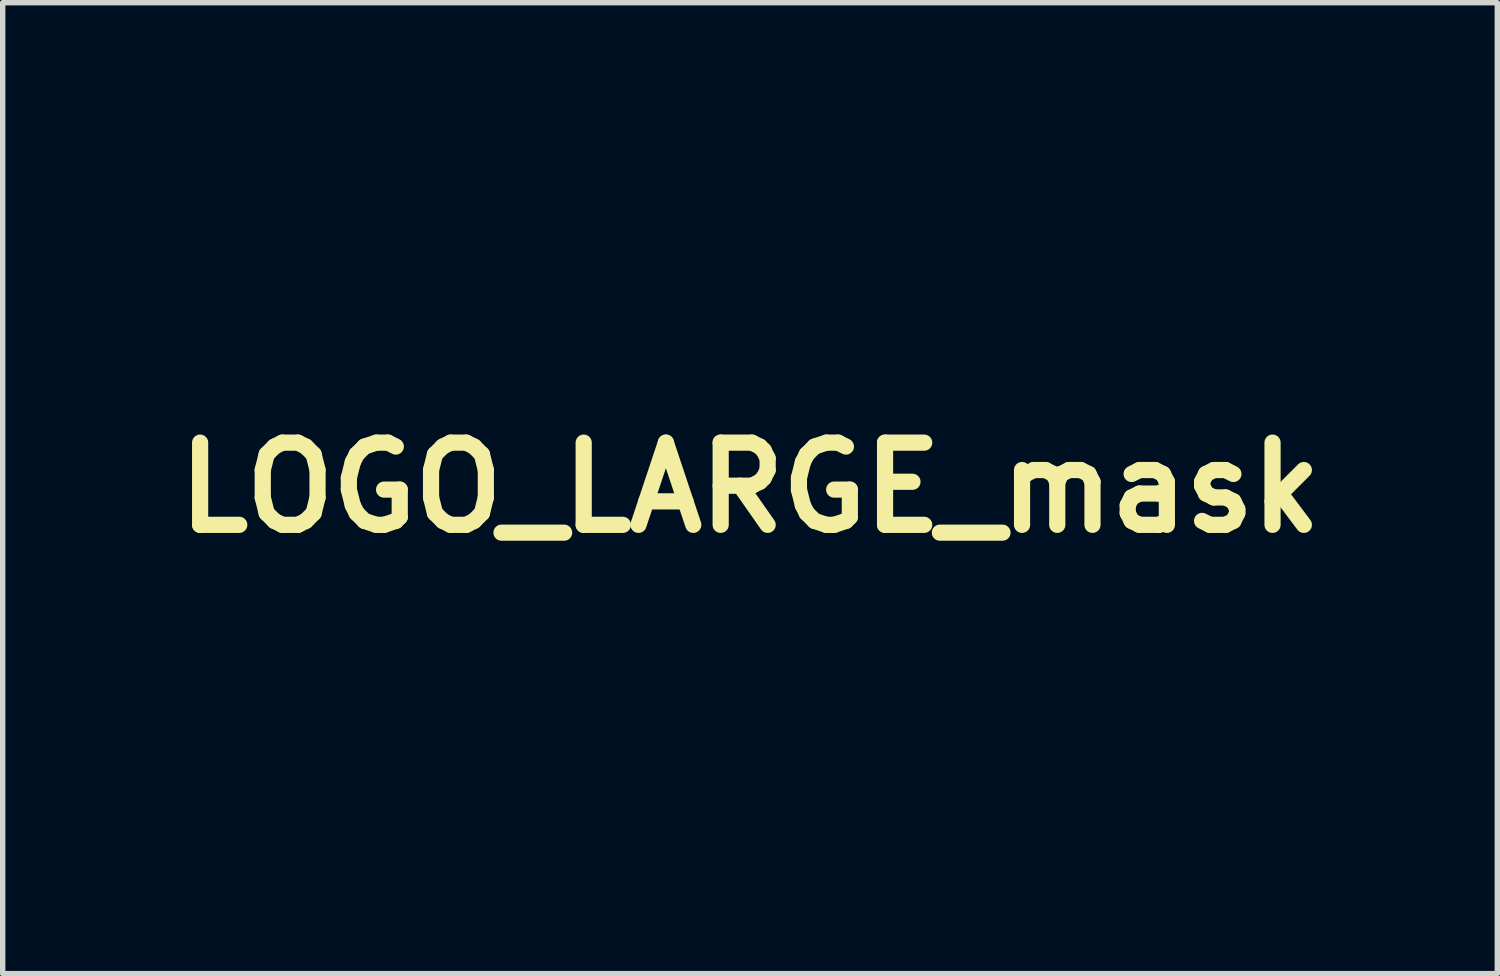
<source format=kicad_pcb>
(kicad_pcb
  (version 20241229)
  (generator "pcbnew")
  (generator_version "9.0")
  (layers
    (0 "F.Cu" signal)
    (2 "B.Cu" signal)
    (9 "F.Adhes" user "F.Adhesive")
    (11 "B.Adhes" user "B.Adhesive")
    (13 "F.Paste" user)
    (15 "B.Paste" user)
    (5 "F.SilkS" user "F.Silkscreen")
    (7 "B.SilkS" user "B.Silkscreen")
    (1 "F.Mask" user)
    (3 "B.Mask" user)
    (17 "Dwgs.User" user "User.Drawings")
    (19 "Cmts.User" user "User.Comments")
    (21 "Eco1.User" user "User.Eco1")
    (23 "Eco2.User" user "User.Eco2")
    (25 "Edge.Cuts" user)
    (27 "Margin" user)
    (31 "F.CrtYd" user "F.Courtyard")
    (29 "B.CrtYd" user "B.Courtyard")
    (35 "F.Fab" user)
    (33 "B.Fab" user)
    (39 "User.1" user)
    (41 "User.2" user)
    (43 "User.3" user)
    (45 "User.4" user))
  (footprint "LOGO_LARGE_mask"
    (layer "F.Cu")
    (at 10.857 5.992)
    (property "Reference" "LOGO_LARGE_mask" (at 0 0 0) (layer "F.SilkS") (effects (font (size 1.524 1.524) (thickness 0.3))))
    (attr through_hole)
    (fp_poly (pts (xy 6.064 -5.987) (xy 6.084 -5.985) (xy 6.101 -5.982) (xy 6.116 -5.977) (xy 6.129 -5.972) (xy 6.141 -5.966) (xy 6.154 -5.959) (xy 6.155 -5.958) (xy 6.216 -5.917) (xy 6.263 -5.863) (xy 6.295 -5.803) (xy 6.308 -5.741) (xy 6.303 -5.692) (xy 6.295 -5.662) (xy 6.28 -5.61) (xy 6.26 -5.539) (xy 6.235 -5.449) (xy 6.206 -5.344) (xy 6.173 -5.227) (xy 6.137 -5.098) (xy 6.099 -4.961) (xy 6.059 -4.817) (xy 6.018 -4.67) (xy 5.977 -4.52) (xy 5.936 -4.372) (xy 5.895 -4.226) (xy 5.856 -4.085) (xy 5.819 -3.951) (xy 5.785 -3.828) (xy 5.754 -3.716) (xy 5.729 -3.626) (xy 5.703 -3.53) (xy 5.671 -3.415) (xy 5.635 -3.283) (xy 5.594 -3.134) (xy 5.549 -2.971) (xy 5.501 -2.796) (xy 5.45 -2.61) (xy 5.396 -2.416) (xy 5.34 -2.214) (xy 5.283 -2.007) (xy 5.225 -1.796) (xy 5.166 -1.583) (xy 5.108 -1.37) (xy 5.049 -1.159) (xy 4.992 -0.951) (xy 4.936 -0.748) (xy 4.882 -0.552) (xy 4.83 -0.365) (xy 4.781 -0.188) (xy 4.736 -0.023) (xy 4.694 0.128) (xy 4.657 0.264) (xy 4.624 0.382) (xy 4.597 0.48) (xy 4.575 0.558) (xy 4.56 0.614) (xy 4.559 0.616) (xy 4.543 0.676) (xy 4.521 0.755) (xy 4.495 0.849) (xy 4.467 0.951) (xy 4.438 1.056) (xy 4.409 1.16) (xy 4.408 1.162) (xy 4.379 1.27) (xy 4.344 1.396) (xy 4.306 1.532) (xy 4.268 1.672) (xy 4.23 1.81) (xy 4.195 1.937) (xy 4.186 1.968) (xy 4.158 2.072) (xy 4.131 2.169) (xy 4.108 2.257) (xy 4.087 2.333) (xy 4.072 2.394) (xy 4.061 2.436) (xy 4.057 2.455) (xy 4.036 2.505) (xy 3.994 2.55) (xy 3.935 2.587) (xy 3.865 2.614) (xy 3.787 2.628) (xy 3.754 2.629) (xy 3.743 2.629) (xy 3.733 2.629) (xy 3.722 2.628) (xy 3.708 2.625) (xy 3.691 2.621) (xy 3.67 2.615) (xy 3.642 2.606) (xy 3.607 2.594) (xy 3.564 2.578) (xy 3.51 2.558) (xy 3.446 2.533) (xy 3.37 2.504) (xy 3.279 2.468) (xy 3.174 2.427) (xy 3.053 2.379) (xy 2.915 2.324) (xy 2.758 2.262) (xy 2.581 2.192) (xy 2.382 2.113) (xy 2.18 2.032) (xy 2.065 1.987) (xy 1.958 1.945) (xy 1.86 1.906) (xy 1.773 1.873) (xy 1.701 1.846) (xy 1.645 1.825) (xy 1.608 1.812) (xy 1.592 1.808) (xy 1.591 1.808) (xy 1.592 1.822) (xy 1.599 1.856) (xy 1.611 1.908) (xy 1.627 1.972) (xy 1.647 2.046) (xy 1.65 2.06) (xy 1.734 2.37) (xy 1.813 2.665) (xy 1.892 2.957) (xy 1.916 3.048) (xy 1.94 3.136) (xy 1.968 3.243) (xy 2 3.361) (xy 2.033 3.485) (xy 2.066 3.608) (xy 2.098 3.724) (xy 2.101 3.738) (xy 2.131 3.85) (xy 2.155 3.941) (xy 2.174 4.014) (xy 2.187 4.072) (xy 2.197 4.119) (xy 2.204 4.158) (xy 2.207 4.193) (xy 2.209 4.226) (xy 2.21 4.261) (xy 2.21 4.268) (xy 2.209 4.323) (xy 2.205 4.367) (xy 2.2 4.394) (xy 2.197 4.401) (xy 2.186 4.418) (xy 2.184 4.433) (xy 2.174 4.458) (xy 2.162 4.467) (xy 2.137 4.48) (xy 2.106 4.501) (xy 2.101 4.504) (xy 2.067 4.524) (xy 2.036 4.534) (xy 2.033 4.534) (xy 2.025 4.535) (xy 2.009 4.537) (xy 1.985 4.541) (xy 1.95 4.547) (xy 1.905 4.554) (xy 1.848 4.565) (xy 1.779 4.577) (xy 1.696 4.592) (xy 1.599 4.609) (xy 1.486 4.63) (xy 1.357 4.653) (xy 1.211 4.68) (xy 1.048 4.71) (xy 0.865 4.744) (xy 0.662 4.781) (xy 0.439 4.822) (xy 0.194 4.867) (xy -0.073 4.916) (xy -0.364 4.97) (xy -0.591 5.011) (xy -0.737 5.039) (xy -0.873 5.064) (xy -0.999 5.087) (xy -1.118 5.109) (xy -1.231 5.129) (xy -1.34 5.15) (xy -1.447 5.169) (xy -1.555 5.189) (xy -1.665 5.209) (xy -1.779 5.23) (xy -1.898 5.252) (xy -2.026 5.276) (xy -2.163 5.301) (xy -2.312 5.329) (xy -2.474 5.358) (xy -2.652 5.391) (xy -2.847 5.427) (xy -3.062 5.467) (xy -3.297 5.51) (xy -3.55 5.557) (xy -3.84 5.61) (xy -4.107 5.659) (xy -4.351 5.704) (xy -4.572 5.745) (xy -4.773 5.782) (xy -4.955 5.815) (xy -5.117 5.845) (xy -5.262 5.872) (xy -5.39 5.895) (xy -5.503 5.916) (xy -5.601 5.934) (xy -5.686 5.949) (xy -5.758 5.962) (xy -5.819 5.973) (xy -5.869 5.982) (xy -5.91 5.989) (xy -5.943 5.995) (xy -5.969 5.999) (xy -5.988 6.002) (xy -6.002 6.004) (xy -6.013 6.006) (xy -6.02 6.006) (xy -6.025 6.006) (xy -6.029 6.006) (xy -6.032 6.006) (xy -6.065 6.002) (xy -6.106 5.992) (xy -6.117 5.989) (xy -6.193 5.954) (xy -6.249 5.905) (xy -6.274 5.867) (xy -6.282 5.852) (xy -6.289 5.837) (xy -6.295 5.823) (xy -6.299 5.807) (xy -6.302 5.788) (xy -6.302 5.765) (xy -6.3 5.736) (xy -6.295 5.699) (xy -6.286 5.655) (xy -6.275 5.6) (xy -6.259 5.533) (xy -6.24 5.454) (xy -6.216 5.361) (xy -6.215 5.356) (xy -5.466 5.356) (xy -5.463 5.359) (xy -5.448 5.357) (xy -5.41 5.35) (xy -5.351 5.34) (xy -5.272 5.325) (xy -5.176 5.307) (xy -5.064 5.286) (xy -4.937 5.263) (xy -4.798 5.237) (xy -4.649 5.208) (xy -4.491 5.179) (xy -4.333 5.149) (xy -4.155 5.115) (xy -3.975 5.081) (xy -3.796 5.047) (xy -3.62 5.014) (xy -3.45 4.982) (xy -3.29 4.952) (xy -3.142 4.924) (xy -3.008 4.898) (xy -2.893 4.877) (xy -2.798 4.859) (xy -2.762 4.852) (xy -2.395 4.783) (xy -2.052 4.718) (xy -1.732 4.657) (xy -1.435 4.601) (xy -1.16 4.549) (xy -0.906 4.501) (xy -0.673 4.457) (xy -0.459 4.416) (xy -0.265 4.379) (xy -0.088 4.345) (xy 0.071 4.315) (xy 0.213 4.288) (xy 0.339 4.264) (xy 0.451 4.242) (xy 0.547 4.223) (xy 0.63 4.207) (xy 0.7 4.193) (xy 0.758 4.182) (xy 0.804 4.172) (xy 0.84 4.165) (xy 0.866 4.159) (xy 0.882 4.155) (xy 0.891 4.153) (xy 0.892 4.152) (xy 0.879 4.147) (xy 0.844 4.133) (xy 0.788 4.11) (xy 0.712 4.081) (xy 0.617 4.044) (xy 0.506 4) (xy 0.379 3.95) (xy 0.237 3.895) (xy 0.081 3.834) (xy -0.086 3.769) (xy -0.264 3.7) (xy -0.451 3.628) (xy -0.646 3.552) (xy -0.848 3.473) (xy -0.895 3.455) (xy -1.099 3.376) (xy -1.297 3.299) (xy -1.487 3.225) (xy -1.669 3.154) (xy -1.84 3.087) (xy -2 3.024) (xy -2.148 2.966) (xy -2.281 2.914) (xy -2.398 2.867) (xy -2.499 2.827) (xy -2.582 2.794) (xy -2.645 2.768) (xy -2.688 2.75) (xy -2.708 2.741) (xy -2.71 2.74) (xy -2.746 2.715) (xy -2.849 2.816) (xy -2.867 2.833) (xy -2.902 2.867) (xy -2.952 2.915) (xy -3.016 2.978) (xy -3.094 3.053) (xy -3.183 3.14) (xy -3.283 3.236) (xy -3.392 3.342) (xy -3.509 3.455) (xy -3.632 3.574) (xy -3.761 3.698) (xy -3.893 3.826) (xy -4.029 3.957) (xy -4.165 4.089) (xy -4.301 4.221) (xy -4.436 4.351) (xy -4.569 4.48) (xy -4.698 4.604) (xy -4.821 4.723) (xy -4.938 4.836) (xy -5.047 4.942) (xy -5.147 5.038) (xy -5.237 5.125) (xy -5.314 5.2) (xy -5.379 5.263) (xy -5.43 5.311) (xy -5.435 5.317) (xy -5.458 5.341) (xy -5.466 5.356) (xy -6.215 5.356) (xy -6.187 5.252) (xy -6.167 5.173) (xy -5.537 5.173) (xy -5.529 5.168) (xy -5.504 5.148) (xy -5.467 5.114) (xy -5.42 5.071) (xy -5.366 5.019) (xy -5.35 5.004) (xy -5.317 4.972) (xy -5.267 4.925) (xy -5.201 4.862) (xy -5.121 4.785) (xy -5.028 4.696) (xy -4.923 4.596) (xy -4.808 4.486) (xy -4.684 4.367) (xy -4.553 4.241) (xy -4.415 4.109) (xy -4.272 3.972) (xy -4.125 3.832) (xy -3.999 3.711) (xy -3.812 3.532) (xy -3.644 3.37) (xy -3.493 3.225) (xy -3.359 3.096) (xy -3.242 2.982) (xy -3.141 2.884) (xy -3.055 2.8) (xy -2.985 2.731) (xy -2.93 2.675) (xy -2.889 2.633) (xy -2.863 2.604) (xy -2.849 2.587) (xy -2.847 2.582) (xy -2.854 2.566) (xy -2.866 2.528) (xy -2.881 2.474) (xy -2.9 2.407) (xy -2.92 2.33) (xy -2.929 2.296) (xy -2.932 2.282) (xy -2.285 2.282) (xy -1.724 2.501) (xy -1.603 2.549) (xy -1.463 2.603) (xy -1.308 2.664) (xy -1.144 2.728) (xy -0.974 2.794) (xy -0.804 2.861) (xy -0.637 2.926) (xy -0.479 2.988) (xy -0.413 3.014) (xy -0.258 3.074) (xy -0.092 3.139) (xy 0.081 3.207) (xy 0.255 3.275) (xy 0.427 3.342) (xy 0.592 3.407) (xy 0.744 3.466) (xy 0.879 3.52) (xy 0.927 3.538) (xy 1.043 3.584) (xy 1.152 3.627) (xy 1.252 3.665) (xy 1.34 3.699) (xy 1.415 3.728) (xy 1.472 3.75) (xy 1.512 3.765) (xy 1.53 3.771) (xy 1.531 3.771) (xy 1.532 3.76) (xy 1.526 3.727) (xy 1.514 3.675) (xy 1.497 3.608) (xy 1.477 3.529) (xy 1.453 3.44) (xy 1.447 3.419) (xy 1.367 3.132) (xy 1.294 2.87) (xy 1.227 2.631) (xy 1.167 2.415) (xy 1.114 2.224) (xy 1.067 2.055) (xy 1.026 1.91) (xy 0.992 1.787) (xy 0.964 1.687) (xy 0.942 1.608) (xy 0.925 1.552) (xy 0.915 1.518) (xy 0.911 1.505) (xy 0.911 1.505) (xy 0.899 1.5) (xy 0.865 1.486) (xy 0.812 1.465) (xy 0.741 1.437) (xy 0.653 1.402) (xy 0.552 1.362) (xy 0.439 1.318) (xy 0.315 1.269) (xy 0.184 1.217) (xy 0.108 1.188) (xy -0.028 1.134) (xy -0.158 1.083) (xy -0.28 1.035) (xy -0.391 0.991) (xy -0.489 0.952) (xy -0.573 0.918) (xy -0.641 0.891) (xy -0.69 0.871) (xy -0.718 0.86) (xy -0.724 0.857) (xy -0.731 0.854) (xy -0.738 0.854) (xy -0.748 0.856) (xy -0.761 0.863) (xy -0.779 0.875) (xy -0.804 0.895) (xy -0.835 0.922) (xy -0.876 0.958) (xy -0.927 1.004) (xy -0.989 1.062) (xy -1.064 1.132) (xy -1.154 1.216) (xy -1.259 1.314) (xy -1.38 1.429) (xy -1.41 1.457) (xy -1.522 1.562) (xy -1.631 1.665) (xy -1.735 1.763) (xy -1.832 1.855) (xy -1.922 1.94) (xy -2.001 2.014) (xy -2.068 2.078) (xy -2.122 2.128) (xy -2.16 2.164) (xy -2.174 2.178) (xy -2.285 2.282) (xy -2.932 2.282) (xy -2.948 2.222) (xy -2.972 2.128) (xy -3 2.018) (xy -3.031 1.897) (xy -3.063 1.771) (xy -3.096 1.643) (xy -3.127 1.518) (xy -3.131 1.505) (xy -3.164 1.375) (xy -3.2 1.235) (xy -3.236 1.093) (xy -3.272 0.953) (xy -3.306 0.821) (xy -3.336 0.702) (xy -3.36 0.61) (xy -3.383 0.519) (xy -3.411 0.409) (xy -3.443 0.283) (xy -3.478 0.145) (xy -3.515 0.001) (xy -3.553 -0.146) (xy -3.59 -0.291) (xy -3.621 -0.413) (xy -3.653 -0.538) (xy -3.683 -0.658) (xy -3.712 -0.769) (xy -3.737 -0.869) (xy -3.759 -0.955) (xy -3.777 -1.024) (xy -3.79 -1.076) (xy -3.798 -1.106) (xy -3.799 -1.111) (xy -3.806 -1.134) (xy -3.813 -1.145) (xy -3.82 -1.142) (xy -3.829 -1.122) (xy -3.842 -1.083) (xy -3.859 -1.023) (xy -3.871 -0.978) (xy -3.888 -0.915) (xy -3.911 -0.83) (xy -3.938 -0.728) (xy -3.97 -0.611) (xy -4.004 -0.483) (xy -4.041 -0.347) (xy -4.08 -0.206) (xy -4.118 -0.064) (xy -4.156 0.077) (xy -4.193 0.213) (xy -4.227 0.34) (xy -4.259 0.455) (xy -4.286 0.555) (xy -4.308 0.637) (xy -4.318 0.673) (xy -4.335 0.736) (xy -4.359 0.823) (xy -4.388 0.93) (xy -4.423 1.058) (xy -4.462 1.203) (xy -4.506 1.365) (xy -4.554 1.543) (xy -4.606 1.733) (xy -4.661 1.936) (xy -4.719 2.148) (xy -4.779 2.37) (xy -4.841 2.598) (xy -4.905 2.832) (xy -4.969 3.07) (xy -5.034 3.311) (xy -5.099 3.55) (xy -5.139 3.697) (xy -5.181 3.852) (xy -5.225 4.011) (xy -5.267 4.169) (xy -5.309 4.322) (xy -5.347 4.464) (xy -5.382 4.59) (xy -5.411 4.698) (xy -5.411 4.699) (xy -5.44 4.803) (xy -5.466 4.9) (xy -5.489 4.986) (xy -5.508 5.059) (xy -5.523 5.117) (xy -5.533 5.155) (xy -5.537 5.172) (xy -5.537 5.173) (xy -6.167 5.173) (xy -6.154 5.125) (xy -6.115 4.98) (xy -6.071 4.816) (xy -6.021 4.63) (xy -5.964 4.421) (xy -5.95 4.368) (xy -5.899 4.178) (xy -5.848 3.989) (xy -5.798 3.802) (xy -5.749 3.621) (xy -5.702 3.446) (xy -5.657 3.281) (xy -5.616 3.128) (xy -5.578 2.988) (xy -5.545 2.864) (xy -5.516 2.759) (xy -5.493 2.674) (xy -5.48 2.623) (xy -5.455 2.532) (xy -5.425 2.421) (xy -5.391 2.294) (xy -5.354 2.155) (xy -5.314 2.008) (xy -5.273 1.857) (xy -5.232 1.706) (xy -5.193 1.559) (xy -5.183 1.524) (xy -5.125 1.308) (xy -5.066 1.087) (xy -5.005 0.861) (xy -4.943 0.633) (xy -4.881 0.403) (xy -4.819 0.174) (xy -4.758 -0.052) (xy -4.698 -0.275) (xy -4.639 -0.493) (xy -4.583 -0.703) (xy -4.528 -0.905) (xy -4.476 -1.097) (xy -4.428 -1.277) (xy -4.383 -1.444) (xy -4.342 -1.595) (xy -4.306 -1.73) (xy -4.28 -1.825) (xy -3.404 -1.825) (xy -3.401 -1.812) (xy -3.392 -1.776) (xy -3.377 -1.718) (xy -3.358 -1.642) (xy -3.334 -1.548) (xy -3.306 -1.439) (xy -3.275 -1.315) (xy -3.24 -1.18) (xy -3.203 -1.034) (xy -3.164 -0.88) (xy -3.122 -0.719) (xy -3.08 -0.553) (xy -3.037 -0.384) (xy -2.993 -0.213) (xy -2.949 -0.043) (xy -2.906 0.125) (xy -2.864 0.288) (xy -2.824 0.447) (xy -2.785 0.597) (xy -2.749 0.738) (xy -2.715 0.868) (xy -2.685 0.985) (xy -2.658 1.087) (xy -2.636 1.173) (xy -2.622 1.226) (xy -2.612 1.267) (xy -2.596 1.329) (xy -2.576 1.408) (xy -2.553 1.498) (xy -2.528 1.595) (xy -2.502 1.696) (xy -2.496 1.721) (xy -2.471 1.817) (xy -2.448 1.908) (xy -2.427 1.988) (xy -2.409 2.056) (xy -2.396 2.107) (xy -2.387 2.138) (xy -2.386 2.144) (xy -2.372 2.186) (xy -2.339 2.157) (xy -2.325 2.143) (xy -2.294 2.114) (xy -2.247 2.07) (xy -2.186 2.013) (xy -2.113 1.945) (xy -2.029 1.866) (xy -1.936 1.778) (xy -1.835 1.684) (xy -1.728 1.583) (xy -1.626 1.487) (xy -1.514 1.382) (xy -1.407 1.281) (xy -1.305 1.185) (xy -1.212 1.097) (xy -1.127 1.017) (xy -1.053 0.947) (xy -0.991 0.889) (xy -0.943 0.844) (xy -0.911 0.813) (xy -0.897 0.8) (xy -0.869 0.771) (xy -0.856 0.752) (xy -0.857 0.734) (xy -0.864 0.716) (xy -0.87 0.698) (xy -0.882 0.657) (xy -0.9 0.596) (xy -0.923 0.517) (xy -0.945 0.442) (xy -0.28 0.442) (xy -0.28 0.442) (xy -0.265 0.448) (xy -0.229 0.462) (xy -0.174 0.483) (xy -0.104 0.51) (xy -0.02 0.543) (xy 0.075 0.58) (xy 0.179 0.62) (xy 0.233 0.641) (xy 0.339 0.683) (xy 0.438 0.721) (xy 0.526 0.755) (xy 0.602 0.783) (xy 0.663 0.806) (xy 0.707 0.822) (xy 0.731 0.831) (xy 0.734 0.832) (xy 0.732 0.819) (xy 0.724 0.786) (xy 0.71 0.736) (xy 0.693 0.674) (xy 0.675 0.614) (xy 0.653 0.539) (xy 0.626 0.446) (xy 0.596 0.342) (xy 0.564 0.234) (xy 0.534 0.129) (xy 0.52 0.079) (xy 0.495 -0.006) (xy 0.472 -0.083) (xy 0.452 -0.149) (xy 0.436 -0.199) (xy 0.425 -0.231) (xy 0.42 -0.241) (xy 0.408 -0.233) (xy 0.38 -0.209) (xy 0.34 -0.172) (xy 0.29 -0.125) (xy 0.231 -0.069) (xy 0.167 -0.007) (xy 0.099 0.058) (xy 0.03 0.126) (xy -0.037 0.192) (xy -0.101 0.255) (xy -0.158 0.312) (xy -0.207 0.362) (xy -0.246 0.402) (xy -0.271 0.429) (xy -0.28 0.442) (xy -0.945 0.442) (xy -0.951 0.422) (xy -0.982 0.313) (xy -1.017 0.192) (xy -1.055 0.06) (xy -1.095 -0.079) (xy -1.122 -0.178) (xy -1.298 -0.796) (xy -0.694 -0.796) (xy -0.692 -0.784) (xy -0.684 -0.751) (xy -0.672 -0.702) (xy -0.657 -0.642) (xy -0.649 -0.609) (xy -0.632 -0.546) (xy -0.61 -0.464) (xy -0.585 -0.369) (xy -0.558 -0.265) (xy -0.531 -0.16) (xy -0.508 -0.073) (xy -0.484 0.017) (xy -0.461 0.099) (xy -0.441 0.168) (xy -0.425 0.223) (xy -0.413 0.26) (xy -0.406 0.276) (xy -0.405 0.277) (xy -0.394 0.267) (xy -0.366 0.243) (xy -0.324 0.205) (xy -0.269 0.155) (xy -0.204 0.096) (xy -0.131 0.029) (xy -0.051 -0.044) (xy -0.032 -0.062) (xy 0.048 -0.136) (xy 0.122 -0.205) (xy 0.187 -0.266) (xy 0.243 -0.318) (xy 0.286 -0.359) (xy 0.314 -0.387) (xy 0.327 -0.4) (xy 0.327 -0.401) (xy 0.315 -0.407) (xy 0.281 -0.42) (xy 0.23 -0.44) (xy 0.165 -0.466) (xy 0.088 -0.497) (xy 0.001 -0.53) (xy -0.091 -0.566) (xy -0.185 -0.603) (xy -0.28 -0.639) (xy -0.372 -0.675) (xy -0.374 -0.675) (xy 0.865 -0.675) (xy 0.866 -0.67) (xy 0.869 -0.665) (xy 0.873 -0.659) (xy 0.874 -0.658) (xy 0.88 -0.64) (xy 0.892 -0.601) (xy 0.91 -0.541) (xy 0.933 -0.465) (xy 0.959 -0.373) (xy 0.99 -0.268) (xy 1.023 -0.153) (xy 1.058 -0.03) (xy 1.079 0.044) (xy 1.116 0.178) (xy 1.154 0.31) (xy 1.19 0.437) (xy 1.223 0.556) (xy 1.254 0.665) (xy 1.281 0.759) (xy 1.303 0.836) (xy 1.319 0.894) (xy 1.323 0.908) (xy 1.378 1.099) (xy 2.356 1.482) (xy 2.506 1.541) (xy 2.65 1.597) (xy 2.785 1.65) (xy 2.909 1.698) (xy 3.022 1.742) (xy 3.121 1.78) (xy 3.205 1.812) (xy 3.271 1.838) (xy 3.318 1.855) (xy 3.344 1.865) (xy 3.349 1.866) (xy 3.349 1.854) (xy 3.343 1.819) (xy 3.331 1.762) (xy 3.313 1.683) (xy 3.29 1.585) (xy 3.262 1.468) (xy 3.228 1.333) (xy 3.207 1.248) (xy 3.182 1.148) (xy 3.151 1.026) (xy 3.115 0.885) (xy 3.076 0.728) (xy 3.032 0.556) (xy 2.986 0.373) (xy 2.938 0.181) (xy 2.888 -0.016) (xy 2.838 -0.217) (xy 2.787 -0.419) (xy 2.736 -0.619) (xy 2.705 -0.743) (xy 2.659 -0.925) (xy 2.615 -1.099) (xy 2.573 -1.266) (xy 2.534 -1.422) (xy 2.497 -1.566) (xy 2.464 -1.697) (xy 2.434 -1.814) (xy 2.409 -1.914) (xy 2.388 -1.996) (xy 2.372 -2.058) (xy 2.361 -2.1) (xy 2.355 -2.119) (xy 2.355 -2.12) (xy 2.345 -2.112) (xy 2.319 -2.089) (xy 2.279 -2.053) (xy 2.227 -2.004) (xy 2.166 -1.946) (xy 2.097 -1.88) (xy 2.042 -1.827) (xy 1.956 -1.744) (xy 1.857 -1.649) (xy 1.749 -1.545) (xy 1.638 -1.439) (xy 1.529 -1.333) (xy 1.426 -1.234) (xy 1.372 -1.182) (xy 1.261 -1.076) (xy 1.168 -0.987) (xy 1.09 -0.912) (xy 1.026 -0.85) (xy 0.976 -0.801) (xy 0.936 -0.762) (xy 0.907 -0.732) (xy 0.887 -0.71) (xy 0.874 -0.694) (xy 0.867 -0.683) (xy 0.865 -0.675) (xy -0.374 -0.675) (xy -0.458 -0.708) (xy -0.535 -0.737) (xy -0.6 -0.762) (xy -0.65 -0.781) (xy -0.682 -0.792) (xy -0.694 -0.796) (xy -1.298 -0.796) (xy -1.365 -1.035) (xy -2.197 -1.362) (xy -2.341 -1.419) (xy -2.483 -1.475) (xy -2.62 -1.529) (xy -2.749 -1.58) (xy -2.868 -1.627) (xy -2.975 -1.669) (xy -3.067 -1.706) (xy -3.142 -1.735) (xy -3.197 -1.757) (xy -3.216 -1.765) (xy -3.28 -1.789) (xy -3.334 -1.808) (xy -3.375 -1.821) (xy -3.399 -1.826) (xy -3.404 -1.825) (xy -4.28 -1.825) (xy -4.274 -1.847) (xy -4.248 -1.944) (xy -4.228 -2.02) (xy -4.214 -2.07) (xy -4.18 -2.191) (xy -4.15 -2.29) (xy -4.121 -2.368) (xy -4.091 -2.429) (xy -4.058 -2.475) (xy -4.021 -2.508) (xy -3.976 -2.531) (xy -3.922 -2.546) (xy -3.856 -2.555) (xy -3.791 -2.561) (xy -3.702 -2.567) (xy -2.642 -2.136) (xy -2.486 -2.073) (xy -2.337 -2.013) (xy -2.196 -1.957) (xy -2.066 -1.904) (xy -1.947 -1.857) (xy -1.842 -1.815) (xy -1.753 -1.78) (xy -1.679 -1.752) (xy -1.625 -1.731) (xy -1.59 -1.718) (xy -1.578 -1.714) (xy -1.578 -1.715) (xy -1.58 -1.728) (xy -1.59 -1.766) (xy -1.606 -1.828) (xy -1.628 -1.913) (xy -1.657 -2.021) (xy -1.692 -2.152) (xy -1.734 -2.305) (xy -1.781 -2.479) (xy -1.835 -2.676) (xy -1.894 -2.893) (xy -1.959 -3.132) (xy -2.03 -3.391) (xy -2.107 -3.669) (xy -2.127 -3.743) (xy -1.534 -3.743) (xy -1.511 -3.659) (xy -1.49 -3.587) (xy -1.465 -3.499) (xy -1.436 -3.397) (xy -1.402 -3.283) (xy -1.366 -3.158) (xy -1.328 -3.025) (xy -1.287 -2.886) (xy -1.245 -2.744) (xy -1.203 -2.599) (xy -1.161 -2.455) (xy -1.119 -2.313) (xy -1.078 -2.175) (xy -1.039 -2.044) (xy -1.003 -1.921) (xy -0.97 -1.809) (xy -0.94 -1.709) (xy -0.915 -1.624) (xy -0.894 -1.556) (xy -0.879 -1.507) (xy -0.87 -1.478) (xy -0.867 -1.472) (xy -0.854 -1.466) (xy -0.819 -1.451) (xy -0.765 -1.429) (xy -0.692 -1.4) (xy -0.604 -1.364) (xy -0.502 -1.324) (xy -0.389 -1.279) (xy -0.265 -1.23) (xy -0.134 -1.178) (xy -0.076 -1.156) (xy 0.058 -1.103) (xy 0.187 -1.052) (xy 0.306 -1.005) (xy 0.416 -0.962) (xy 0.512 -0.923) (xy 0.594 -0.891) (xy 0.66 -0.864) (xy 0.707 -0.845) (xy 0.733 -0.834) (xy 0.737 -0.832) (xy 0.762 -0.821) (xy 0.776 -0.817) (xy 0.786 -0.826) (xy 0.813 -0.851) (xy 0.856 -0.891) (xy 0.912 -0.945) (xy 0.981 -1.01) (xy 1.06 -1.086) (xy 1.149 -1.171) (xy 1.246 -1.263) (xy 1.349 -1.362) (xy 1.43 -1.44) (xy 1.574 -1.578) (xy 1.7 -1.699) (xy 1.81 -1.805) (xy 1.905 -1.896) (xy 1.986 -1.974) (xy 2.054 -2.04) (xy 2.11 -2.094) (xy 2.154 -2.139) (xy 2.19 -2.174) (xy 2.216 -2.201) (xy 2.234 -2.221) (xy 2.246 -2.236) (xy 2.252 -2.246) (xy 2.254 -2.251) (xy 2.252 -2.255) (xy 2.248 -2.256) (xy 2.242 -2.258) (xy 2.235 -2.259) (xy 2.234 -2.26) (xy 2.22 -2.266) (xy 2.183 -2.28) (xy 2.126 -2.303) (xy 2.05 -2.333) (xy 1.956 -2.37) (xy 1.847 -2.413) (xy 1.723 -2.462) (xy 1.587 -2.515) (xy 1.517 -2.543) (xy 2.826 -2.543) (xy 2.83 -2.537) (xy 2.835 -2.522) (xy 2.846 -2.484) (xy 2.862 -2.426) (xy 2.883 -2.349) (xy 2.909 -2.255) (xy 2.938 -2.145) (xy 2.97 -2.023) (xy 3.005 -1.889) (xy 3.042 -1.745) (xy 3.081 -1.595) (xy 3.093 -1.549) (xy 3.134 -1.387) (xy 3.175 -1.227) (xy 3.216 -1.069) (xy 3.254 -0.918) (xy 3.291 -0.775) (xy 3.325 -0.644) (xy 3.355 -0.526) (xy 3.381 -0.425) (xy 3.401 -0.344) (xy 3.416 -0.286) (xy 3.436 -0.21) (xy 3.46 -0.114) (xy 3.489 -0.002) (xy 3.52 0.122) (xy 3.554 0.253) (xy 3.588 0.387) (xy 3.622 0.52) (xy 3.638 0.584) (xy 3.668 0.702) (xy 3.697 0.812) (xy 3.722 0.912) (xy 3.745 1.001) (xy 3.764 1.074) (xy 3.779 1.131) (xy 3.789 1.167) (xy 3.793 1.181) (xy 3.796 1.189) (xy 3.798 1.193) (xy 3.801 1.19) (xy 3.806 1.179) (xy 3.814 1.156) (xy 3.825 1.119) (xy 3.84 1.063) (xy 3.861 0.988) (xy 3.874 0.94) (xy 3.935 0.717) (xy 3.996 0.497) (xy 4.055 0.285) (xy 4.109 0.088) (xy 4.14 -0.025) (xy 4.16 -0.098) (xy 4.182 -0.178) (xy 4.207 -0.268) (xy 4.235 -0.368) (xy 4.266 -0.482) (xy 4.301 -0.609) (xy 4.341 -0.752) (xy 4.385 -0.913) (xy 4.435 -1.093) (xy 4.49 -1.293) (xy 4.551 -1.516) (xy 4.578 -1.613) (xy 4.613 -1.742) (xy 4.649 -1.869) (xy 4.682 -1.992) (xy 4.714 -2.106) (xy 4.742 -2.209) (xy 4.767 -2.297) (xy 4.786 -2.368) (xy 4.8 -2.417) (xy 4.8 -2.419) (xy 4.861 -2.638) (xy 4.922 -2.859) (xy 4.986 -3.089) (xy 5.053 -3.332) (xy 5.124 -3.591) (xy 5.169 -3.753) (xy 5.206 -3.888) (xy 5.246 -4.032) (xy 5.287 -4.181) (xy 5.328 -4.328) (xy 5.367 -4.468) (xy 5.402 -4.596) (xy 5.432 -4.705) (xy 5.437 -4.723) (xy 5.464 -4.821) (xy 5.488 -4.91) (xy 5.51 -4.989) (xy 5.527 -5.054) (xy 5.539 -5.102) (xy 5.546 -5.131) (xy 5.547 -5.138) (xy 5.537 -5.13) (xy 5.511 -5.106) (xy 5.468 -5.066) (xy 5.411 -5.013) (xy 5.341 -4.946) (xy 5.258 -4.869) (xy 5.164 -4.78) (xy 5.061 -4.683) (xy 4.949 -4.578) (xy 4.83 -4.466) (xy 4.705 -4.348) (xy 4.575 -4.225) (xy 4.442 -4.1) (xy 4.307 -3.972) (xy 4.171 -3.844) (xy 4.035 -3.715) (xy 3.901 -3.589) (xy 3.77 -3.464) (xy 3.643 -3.344) (xy 3.521 -3.229) (xy 3.406 -3.12) (xy 3.298 -3.018) (xy 3.2 -2.924) (xy 3.112 -2.841) (xy 3.036 -2.768) (xy 2.972 -2.708) (xy 2.923 -2.661) (xy 2.889 -2.628) (xy 2.878 -2.616) (xy 2.844 -2.581) (xy 2.828 -2.558) (xy 2.826 -2.543) (xy 1.517 -2.543) (xy 1.44 -2.573) (xy 1.283 -2.635) (xy 1.118 -2.7) (xy 0.947 -2.768) (xy 0.771 -2.837) (xy 0.591 -2.908) (xy 0.41 -2.979) (xy 0.229 -3.05) (xy 0.049 -3.121) (xy -0.128 -3.191) (xy -0.3 -3.259) (xy -0.467 -3.324) (xy -0.625 -3.387) (xy -0.775 -3.445) (xy -0.913 -3.5) (xy -1.04 -3.55) (xy -1.152 -3.594) (xy -1.249 -3.632) (xy -1.328 -3.663) (xy -1.389 -3.687) (xy -1.43 -3.703) (xy -1.443 -3.708) (xy -1.534 -3.743) (xy -2.127 -3.743) (xy -2.141 -3.792) (xy -2.175 -3.919) (xy -2.202 -4.025) (xy -2.221 -4.113) (xy -2.227 -4.151) (xy -0.89 -4.151) (xy -0.882 -4.144) (xy -0.862 -4.132) (xy -0.827 -4.116) (xy -0.777 -4.093) (xy -0.709 -4.065) (xy -0.623 -4.03) (xy -0.517 -3.987) (xy -0.388 -3.936) (xy -0.367 -3.928) (xy -0.244 -3.879) (xy -0.109 -3.826) (xy 0.037 -3.768) (xy 0.192 -3.706) (xy 0.354 -3.642) (xy 0.522 -3.575) (xy 0.694 -3.507) (xy 0.869 -3.438) (xy 1.044 -3.368) (xy 1.219 -3.299) (xy 1.39 -3.231) (xy 1.558 -3.165) (xy 1.719 -3.101) (xy 1.872 -3.04) (xy 2.016 -2.983) (xy 2.149 -2.93) (xy 2.27 -2.882) (xy 2.375 -2.84) (xy 2.465 -2.804) (xy 2.537 -2.776) (xy 2.589 -2.755) (xy 2.62 -2.743) (xy 2.626 -2.74) (xy 2.666 -2.722) (xy 2.696 -2.705) (xy 2.708 -2.696) (xy 2.722 -2.687) (xy 2.74 -2.695) (xy 2.748 -2.702) (xy 2.76 -2.713) (xy 2.789 -2.741) (xy 2.835 -2.784) (xy 2.895 -2.842) (xy 2.97 -2.914) (xy 3.059 -2.998) (xy 3.159 -3.094) (xy 3.27 -3.201) (xy 3.392 -3.317) (xy 3.522 -3.442) (xy 3.661 -3.574) (xy 3.806 -3.714) (xy 3.958 -3.858) (xy 4.114 -4.008) (xy 4.13 -4.023) (xy 4.286 -4.173) (xy 4.437 -4.318) (xy 4.582 -4.457) (xy 4.72 -4.589) (xy 4.85 -4.714) (xy 4.971 -4.83) (xy 5.081 -4.936) (xy 5.181 -5.031) (xy 5.268 -5.115) (xy 5.342 -5.186) (xy 5.402 -5.244) (xy 5.446 -5.287) (xy 5.475 -5.315) (xy 5.486 -5.326) (xy 5.486 -5.326) (xy 5.481 -5.326) (xy 5.465 -5.324) (xy 5.437 -5.319) (xy 5.396 -5.312) (xy 5.34 -5.302) (xy 5.269 -5.29) (xy 5.181 -5.274) (xy 5.074 -5.254) (xy 4.948 -5.231) (xy 4.802 -5.204) (xy 4.634 -5.173) (xy 4.443 -5.138) (xy 4.299 -5.112) (xy 4.24 -5.101) (xy 4.157 -5.086) (xy 4.053 -5.066) (xy 3.928 -5.043) (xy 3.784 -5.017) (xy 3.623 -4.987) (xy 3.446 -4.955) (xy 3.256 -4.92) (xy 3.052 -4.882) (xy 2.837 -4.843) (xy 2.613 -4.802) (xy 2.381 -4.759) (xy 2.143 -4.715) (xy 1.899 -4.671) (xy 1.652 -4.625) (xy 1.499 -4.597) (xy 1.257 -4.553) (xy 1.023 -4.51) (xy 0.796 -4.468) (xy 0.578 -4.428) (xy 0.37 -4.39) (xy 0.174 -4.353) (xy -0.01 -4.319) (xy -0.179 -4.288) (xy -0.334 -4.259) (xy -0.472 -4.234) (xy -0.593 -4.211) (xy -0.694 -4.192) (xy -0.776 -4.177) (xy -0.836 -4.165) (xy -0.874 -4.158) (xy -0.887 -4.155) (xy -0.89 -4.151) (xy -2.227 -4.151) (xy -2.232 -4.186) (xy -2.236 -4.247) (xy -2.234 -4.298) (xy -2.224 -4.343) (xy -2.207 -4.385) (xy -2.183 -4.426) (xy -2.168 -4.448) (xy -2.154 -4.466) (xy -2.136 -4.481) (xy -2.11 -4.495) (xy -2.075 -4.508) (xy -2.027 -4.522) (xy -1.963 -4.536) (xy -1.881 -4.553) (xy -1.777 -4.573) (xy -1.747 -4.578) (xy -1.691 -4.589) (xy -1.612 -4.603) (xy -1.512 -4.621) (xy -1.395 -4.643) (xy -1.261 -4.668) (xy -1.113 -4.695) (xy -0.953 -4.724) (xy -0.785 -4.755) (xy -0.609 -4.788) (xy -0.428 -4.821) (xy -0.244 -4.855) (xy -0.165 -4.869) (xy 0.017 -4.903) (xy 0.184 -4.934) (xy 0.337 -4.962) (xy 0.478 -4.988) (xy 0.609 -5.012) (xy 0.731 -5.034) (xy 0.846 -5.056) (xy 0.956 -5.076) (xy 1.061 -5.095) (xy 1.165 -5.114) (xy 1.267 -5.133) (xy 1.371 -5.152) (xy 1.477 -5.172) (xy 1.588 -5.192) (xy 1.704 -5.214) (xy 1.828 -5.237) (xy 1.961 -5.261) (xy 2.105 -5.288) (xy 2.261 -5.316) (xy 2.431 -5.348) (xy 2.617 -5.382) (xy 2.82 -5.419) (xy 3.041 -5.46) (xy 3.284 -5.505) (xy 3.548 -5.554) (xy 3.772 -5.595) (xy 4.051 -5.646) (xy 4.307 -5.694) (xy 4.54 -5.736) (xy 4.751 -5.775) (xy 4.942 -5.81) (xy 5.114 -5.841) (xy 5.267 -5.869) (xy 5.403 -5.893) (xy 5.522 -5.914) (xy 5.627 -5.932) (xy 5.719 -5.947) (xy 5.797 -5.96) (xy 5.864 -5.97) (xy 5.92 -5.977) (xy 5.967 -5.982) (xy 6.006 -5.986) (xy 6.038 -5.987) (xy 6.064 -5.987)) (stroke (width 0.01) (type solid)) (fill yes) (layer "F.Mask")))
  (gr_rect
    (start -3 -3)
    (end 24.713 15.003)
    (stroke (width 0.1) (type default))
    (fill no)
    (layer "Edge.Cuts")))
</source>
